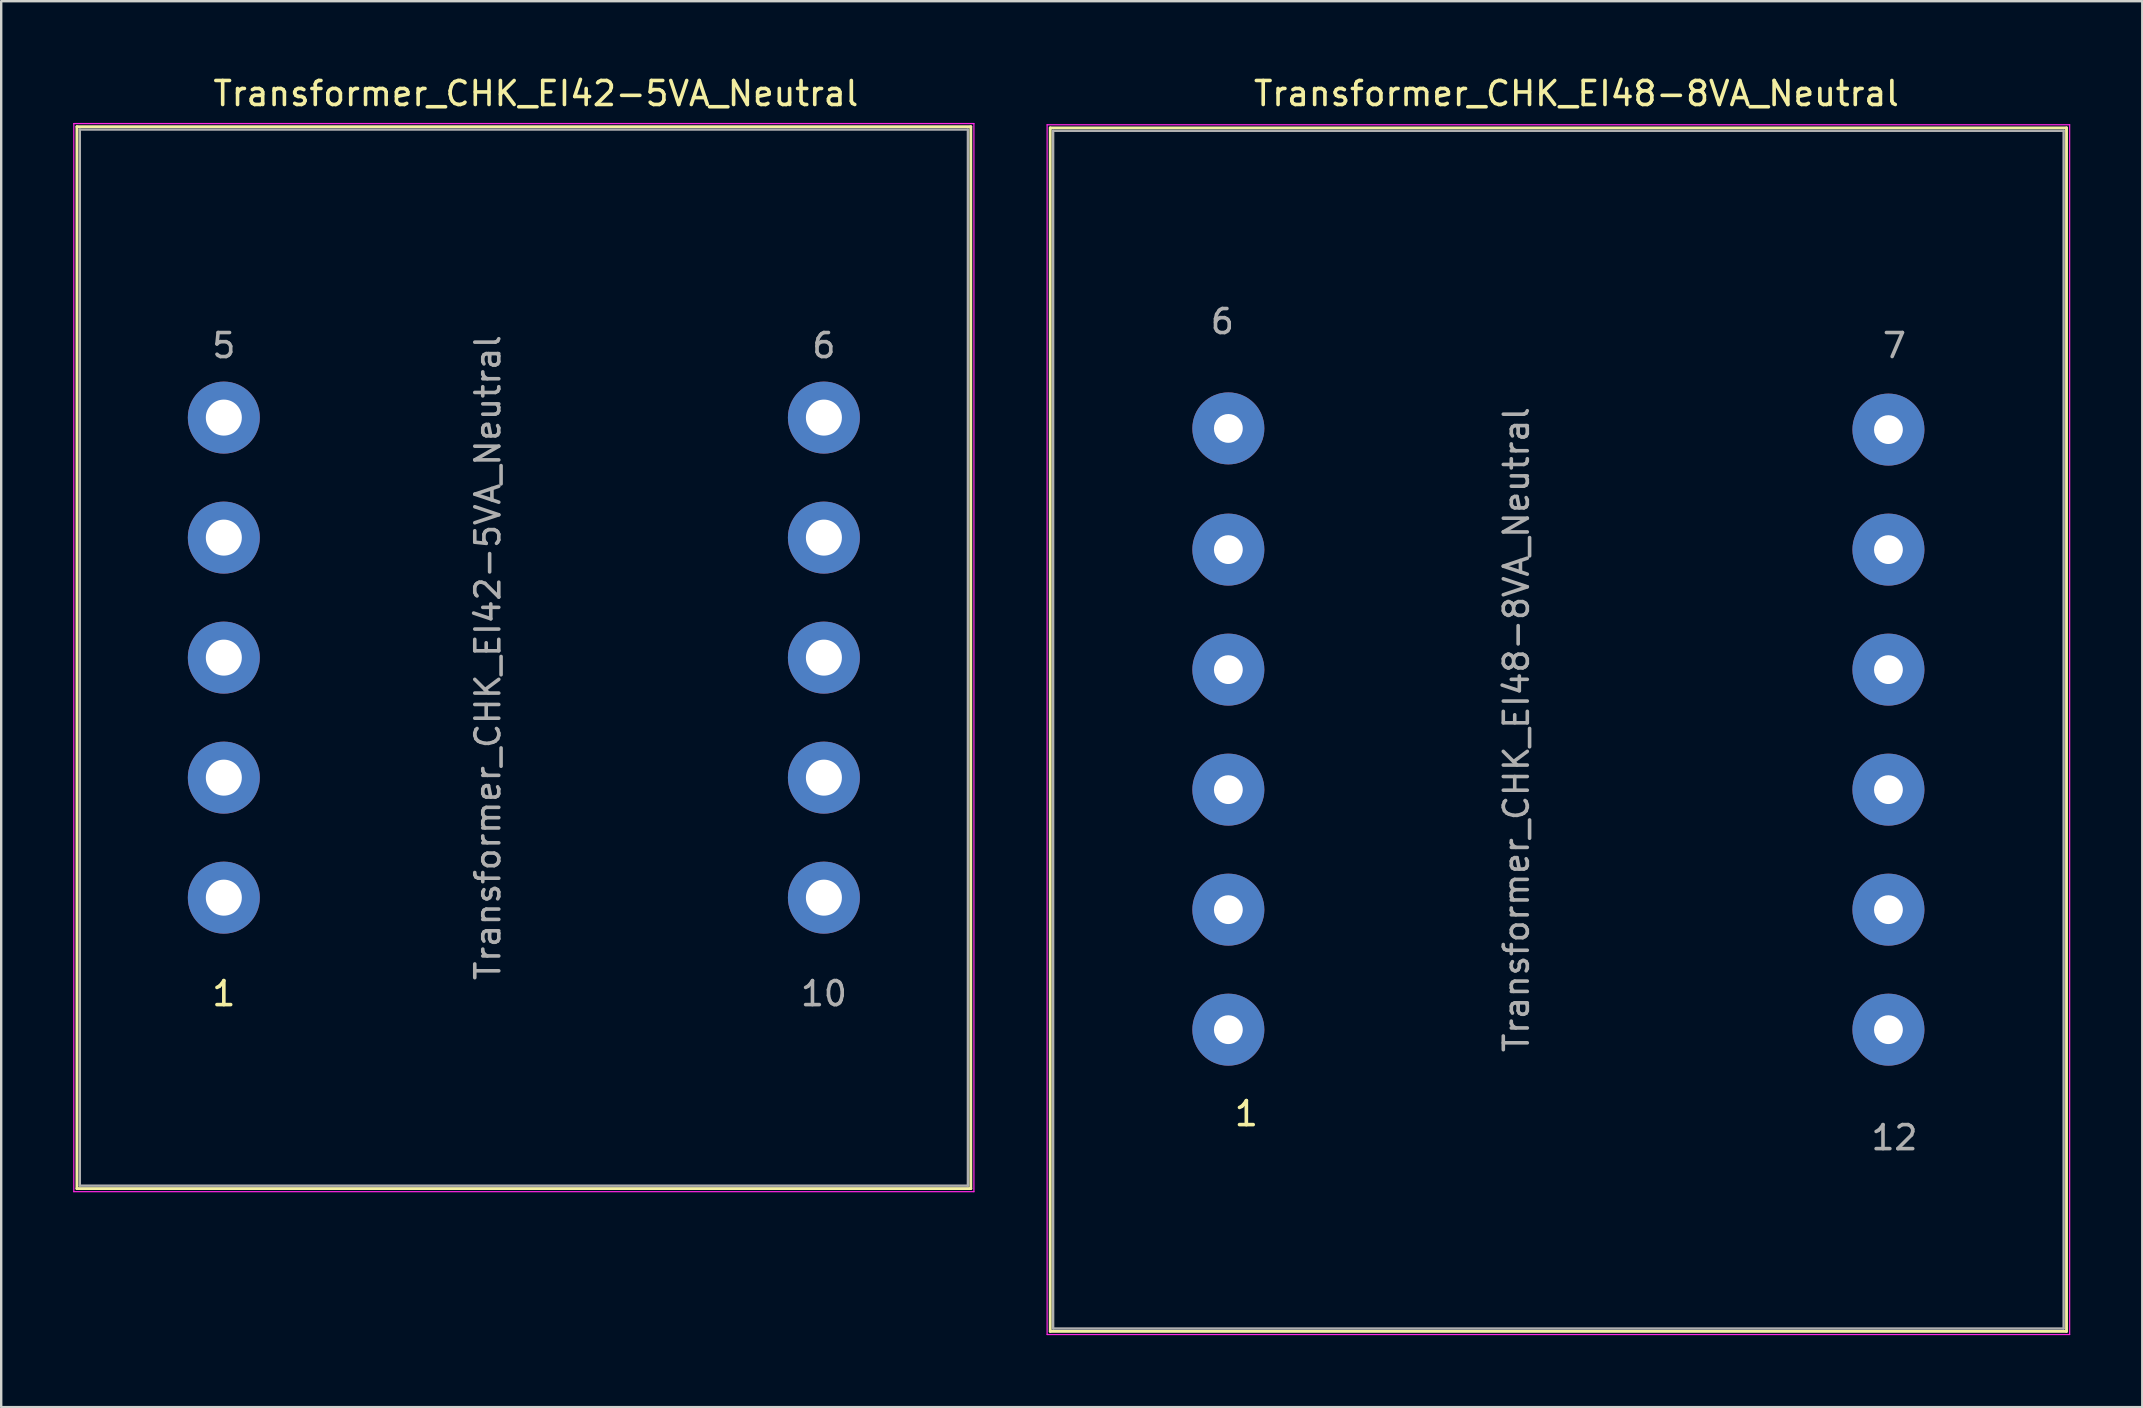
<source format=kicad_pcb>
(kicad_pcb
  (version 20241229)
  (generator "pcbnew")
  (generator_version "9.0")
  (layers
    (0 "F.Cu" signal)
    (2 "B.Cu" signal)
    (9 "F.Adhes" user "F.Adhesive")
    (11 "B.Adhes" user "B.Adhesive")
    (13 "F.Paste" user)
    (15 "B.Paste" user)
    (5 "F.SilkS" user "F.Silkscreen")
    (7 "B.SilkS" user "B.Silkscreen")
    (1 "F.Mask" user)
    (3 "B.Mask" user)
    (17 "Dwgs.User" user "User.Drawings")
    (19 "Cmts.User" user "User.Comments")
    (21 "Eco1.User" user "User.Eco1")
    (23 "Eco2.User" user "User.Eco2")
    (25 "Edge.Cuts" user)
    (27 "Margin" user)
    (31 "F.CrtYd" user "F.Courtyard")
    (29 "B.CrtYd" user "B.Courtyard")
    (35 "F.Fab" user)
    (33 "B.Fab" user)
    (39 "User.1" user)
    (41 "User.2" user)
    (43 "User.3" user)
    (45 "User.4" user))
  (footprint "Transformer_CHK_EI48-8VA_Neutral"
    (layer "F.Cu")
    (at 48.125 39.848)
    (property "Reference" "Transformer_CHK_EI48-8VA_Neutral" (at 14.5 -39 0) (layer "F.SilkS") (effects (font (size 1 1) (thickness 0.15))))
    (attr through_hole)
    (fp_line (start -7.42 -37.57) (end -7.42 12.57) (stroke (width 0.12) (type solid)) (layer "F.SilkS"))
    (fp_line (start -7.42 -37.57) (end 34.92 -37.57) (stroke (width 0.12) (type solid)) (layer "F.SilkS"))
    (fp_line (start 34.92 12.57) (end -7.42 12.57) (stroke (width 0.12) (type solid)) (layer "F.SilkS"))
    (fp_line (start 34.92 12.57) (end 34.92 -37.57) (stroke (width 0.12) (type solid)) (layer "F.SilkS"))
    (fp_line (start -7.55 -37.7) (end -7.55 12.7) (stroke (width 0.05) (type solid)) (layer "F.CrtYd"))
    (fp_line (start -7.55 -37.7) (end 35.05 -37.7) (stroke (width 0.05) (type solid)) (layer "F.CrtYd"))
    (fp_line (start 35.05 12.7) (end -7.55 12.7) (stroke (width 0.05) (type solid)) (layer "F.CrtYd"))
    (fp_line (start 35.05 12.7) (end 35.05 -37.7) (stroke (width 0.05) (type solid)) (layer "F.CrtYd"))
    (fp_line (start -7.3 -37.45) (end 34.8 -37.45) (stroke (width 0.1) (type solid)) (layer "F.Fab"))
    (fp_line (start -7.3 12.45) (end -7.3 -37.45) (stroke (width 0.1) (type solid)) (layer "F.Fab"))
    (fp_line (start 34.8 -37.45) (end 34.8 12.45) (stroke (width 0.1) (type solid)) (layer "F.Fab"))
    (fp_line (start 34.8 12.45) (end -7.3 12.45) (stroke (width 0.1) (type solid)) (layer "F.Fab"))
    (fp_text user "1" (at 0.75 3.5 0) (layer "F.SilkS") (effects (font (size 1 1) (thickness 0.15))))
    (fp_text user "7" (at 27.75 -28.5 0) (layer "F.Fab") (effects (font (size 1 1) (thickness 0.15))))
    (fp_text user "12" (at 27.75 4.5 0) (layer "F.Fab") (effects (font (size 1 1) (thickness 0.15))))
    (fp_text user "${REFERENCE}" (at 12 -12.5 90) (layer "F.Fab") (effects (font (size 1 1) (thickness 0.15))))
    (fp_text user "6" (at -0.25 -29.5 0) (layer "F.Fab") (effects (font (size 1 1) (thickness 0.15))))
    (pad "1" thru_hole circle (at 0 0) (size 3 3) (drill 1.2) (layers "*.Cu" "*.Mask"))
    (pad "2" thru_hole circle (at 0 -5) (size 3 3) (drill 1.2) (layers "*.Cu" "*.Mask"))
    (pad "3" thru_hole circle (at 0 -10) (size 3 3) (drill 1.2) (layers "*.Cu" "*.Mask"))
    (pad "4" thru_hole circle (at 0 -15) (size 3 3) (drill 1.2) (layers "*.Cu" "*.Mask"))
    (pad "5" thru_hole circle (at 0 -20) (size 3 3) (drill 1.2) (layers "*.Cu" "*.Mask"))
    (pad "6" thru_hole circle (at 0 -25.05) (size 3 3) (drill 1.2) (layers "*.Cu" "*.Mask"))
    (pad "7" thru_hole circle (at 27.5 -25) (size 3 3) (drill 1.2) (layers "*.Cu" "*.Mask"))
    (pad "8" thru_hole circle (at 27.5 -20) (size 3 3) (drill 1.2) (layers "*.Cu" "*.Mask"))
    (pad "9" thru_hole circle (at 27.5 -15) (size 3 3) (drill 1.2) (layers "*.Cu" "*.Mask"))
    (pad "10" thru_hole circle (at 27.5 -10) (size 3 3) (drill 1.2) (layers "*.Cu" "*.Mask"))
    (pad "11" thru_hole circle (at 27.5 -5) (size 3 3) (drill 1.2) (layers "*.Cu" "*.Mask"))
    (pad "12" thru_hole circle (at 27.5 0) (size 3 3) (drill 1.2) (layers "*.Cu" "*.Mask")))
  (footprint "Transformer_CHK_EI42-5VA_Neutral"
    (layer "F.Cu")
    (at 6.275 34.348)
    (property "Reference" "Transformer_CHK_EI42-5VA_Neutral" (at 13 -33.5 0) (layer "F.SilkS") (effects (font (size 1 1) (thickness 0.15))))
    (attr through_hole)
    (fp_line (start -6.12 -32.12) (end -6.12 12.12) (stroke (width 0.12) (type solid)) (layer "F.SilkS"))
    (fp_line (start -6.12 -32.12) (end 31.12 -32.12) (stroke (width 0.12) (type solid)) (layer "F.SilkS"))
    (fp_line (start 31.12 12.12) (end -6.12 12.12) (stroke (width 0.12) (type solid)) (layer "F.SilkS"))
    (fp_line (start 31.12 12.12) (end 31.12 -32.12) (stroke (width 0.12) (type solid)) (layer "F.SilkS"))
    (fp_line (start -6.25 -32.25) (end -6.25 12.25) (stroke (width 0.05) (type solid)) (layer "F.CrtYd"))
    (fp_line (start -6.25 -32.25) (end 31.25 -32.25) (stroke (width 0.05) (type solid)) (layer "F.CrtYd"))
    (fp_line (start 31.25 12.25) (end -6.25 12.25) (stroke (width 0.05) (type solid)) (layer "F.CrtYd"))
    (fp_line (start 31.25 12.25) (end 31.25 -32.25) (stroke (width 0.05) (type solid)) (layer "F.CrtYd"))
    (fp_line (start -6 -32) (end -6 12) (stroke (width 0.1) (type solid)) (layer "F.Fab"))
    (fp_line (start -6 12) (end 31 12) (stroke (width 0.1) (type solid)) (layer "F.Fab"))
    (fp_line (start 31 -32) (end -6 -32) (stroke (width 0.1) (type solid)) (layer "F.Fab"))
    (fp_line (start 31 12) (end 31 -32) (stroke (width 0.1) (type solid)) (layer "F.Fab"))
    (fp_text user "1" (at 0 4 0) (layer "F.SilkS") (effects (font (size 1 1) (thickness 0.15))))
    (fp_text user "${REFERENCE}" (at 11 -10 90) (layer "F.Fab") (effects (font (size 1 1) (thickness 0.15))))
    (fp_text user "5" (at 0 -23 0) (layer "F.Fab") (effects (font (size 1 1) (thickness 0.15))))
    (fp_text user "10" (at 25 4 0) (layer "F.Fab") (effects (font (size 1 1) (thickness 0.15))))
    (fp_text user "6" (at 25 -23 0) (layer "F.Fab") (effects (font (size 1 1) (thickness 0.15))))
    (pad "1" thru_hole circle (at 0 0) (size 3 3) (drill 1.5) (layers "*.Cu" "*.Mask"))
    (pad "2" thru_hole circle (at 0 -5) (size 3 3) (drill 1.5) (layers "*.Cu" "*.Mask"))
    (pad "3" thru_hole circle (at 0 -10) (size 3 3) (drill 1.5) (layers "*.Cu" "*.Mask"))
    (pad "4" thru_hole circle (at 0 -15) (size 3 3) (drill 1.5) (layers "*.Cu" "*.Mask"))
    (pad "5" thru_hole circle (at 0 -20) (size 3 3) (drill 1.5) (layers "*.Cu" "*.Mask"))
    (pad "6" thru_hole circle (at 25 -20) (size 3 3) (drill 1.5) (layers "*.Cu" "*.Mask"))
    (pad "7" thru_hole circle (at 25 -15) (size 3 3) (drill 1.5) (layers "*.Cu" "*.Mask"))
    (pad "8" thru_hole circle (at 25 -10) (size 3 3) (drill 1.5) (layers "*.Cu" "*.Mask"))
    (pad "9" thru_hole circle (at 25 -5) (size 3 3) (drill 1.5) (layers "*.Cu" "*.Mask"))
    (pad "10" thru_hole circle (at 25 0) (size 3 3) (drill 1.5) (layers "*.Cu" "*.Mask")))
  (gr_rect
    (start -3 -3)
    (end 86.2 55.573)
    (stroke (width 0.1) (type default))
    (fill no)
    (layer "Edge.Cuts")))
</source>
